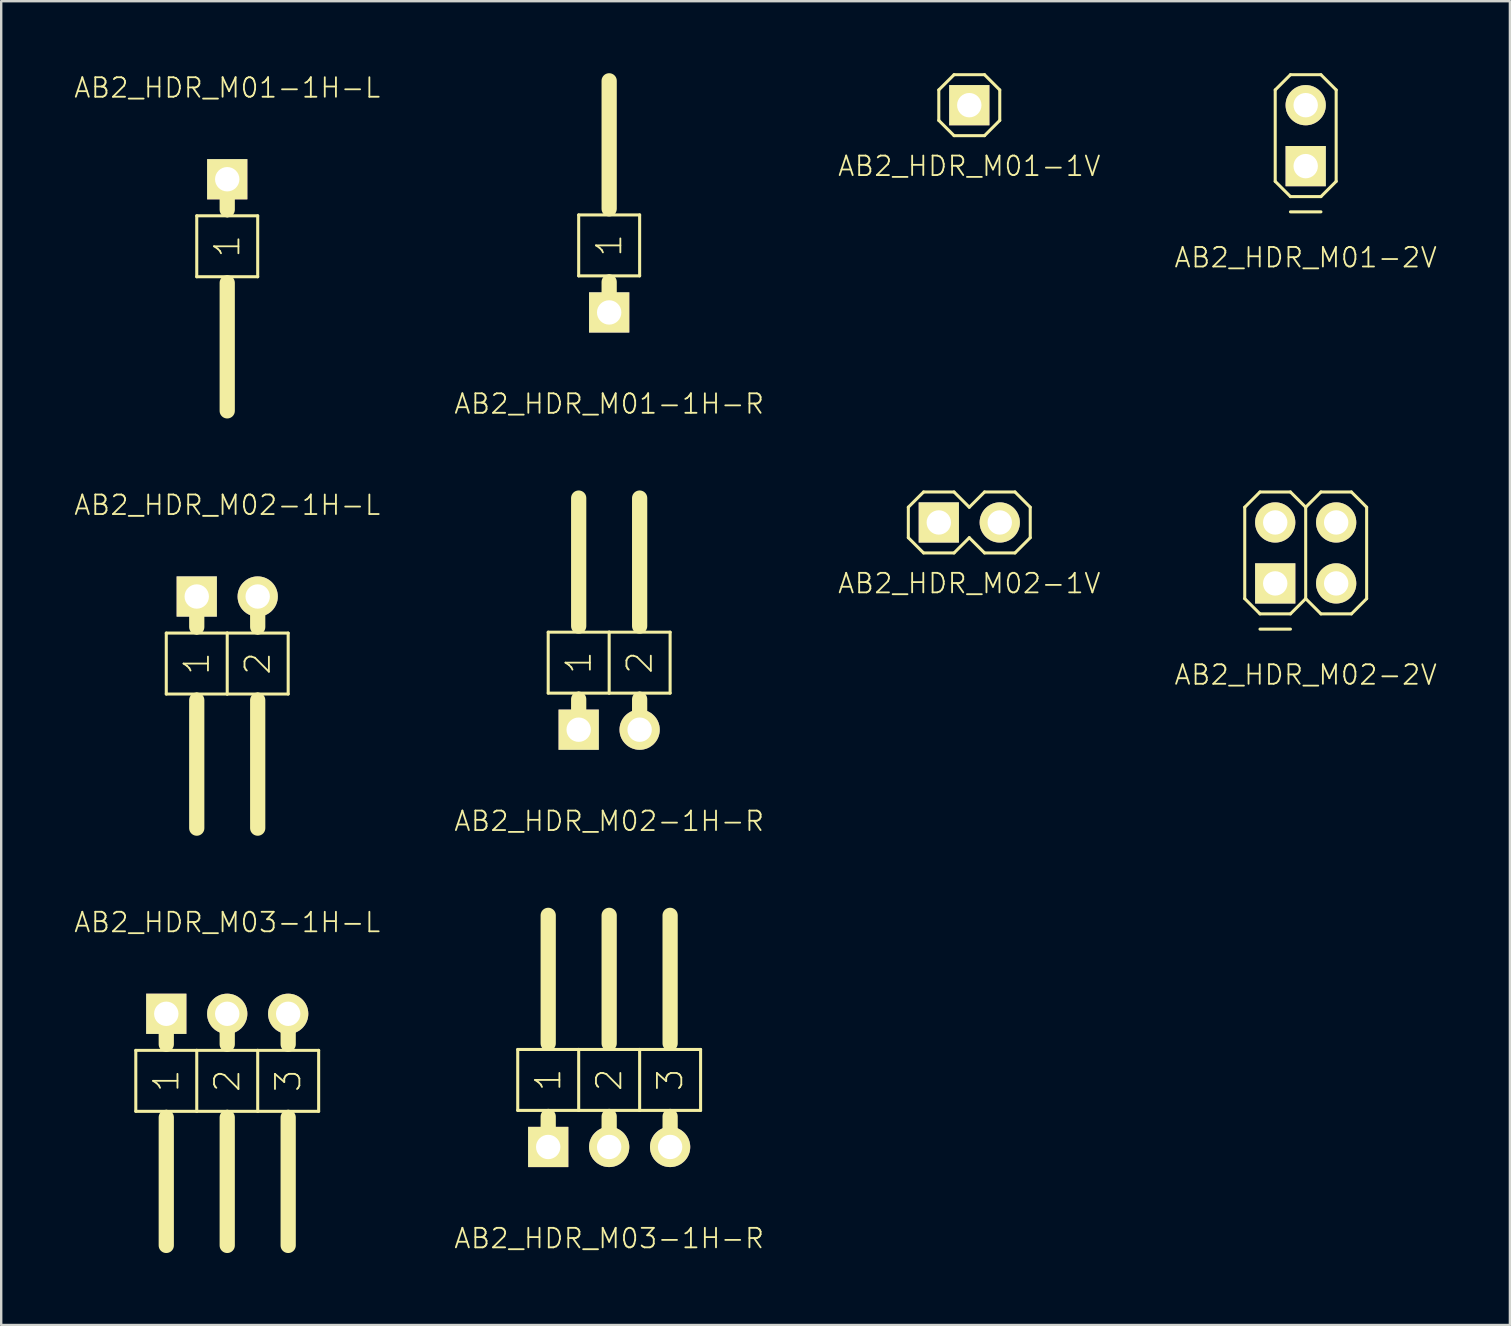
<source format=kicad_pcb>
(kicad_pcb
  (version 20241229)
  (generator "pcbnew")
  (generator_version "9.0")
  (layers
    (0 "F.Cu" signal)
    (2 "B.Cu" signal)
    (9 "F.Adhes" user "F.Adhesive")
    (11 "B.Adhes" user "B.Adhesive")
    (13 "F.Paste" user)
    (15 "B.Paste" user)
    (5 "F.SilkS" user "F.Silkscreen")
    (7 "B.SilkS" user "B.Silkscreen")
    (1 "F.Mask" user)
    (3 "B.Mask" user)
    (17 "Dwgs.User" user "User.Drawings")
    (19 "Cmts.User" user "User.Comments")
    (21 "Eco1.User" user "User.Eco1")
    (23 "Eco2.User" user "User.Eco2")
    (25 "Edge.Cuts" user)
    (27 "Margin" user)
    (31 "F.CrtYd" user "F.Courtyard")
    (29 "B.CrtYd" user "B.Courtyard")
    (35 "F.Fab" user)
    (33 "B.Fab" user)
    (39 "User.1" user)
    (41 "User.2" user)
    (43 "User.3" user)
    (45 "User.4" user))
  (footprint "AB2_HDR_M02-1V"
    (layer "F.Cu")
    (at 37.342 18.722)
    (property "Reference" "AB2_HDR_M02-1V" (at 0 2.54 0) (layer "F.SilkS") (effects (font (size 0.813 0.813) (thickness 0.076))))
    (attr through_hole)
    (fp_line (start -2.54 -0.635) (end -1.905 -1.27) (stroke (width 0.127) (type solid)) (layer "F.SilkS"))
    (fp_line (start -2.54 0.635) (end -2.54 -0.635) (stroke (width 0.127) (type solid)) (layer "F.SilkS"))
    (fp_line (start -1.905 -1.27) (end -0.635 -1.27) (stroke (width 0.127) (type solid)) (layer "F.SilkS"))
    (fp_line (start -1.905 1.27) (end -2.54 0.635) (stroke (width 0.127) (type solid)) (layer "F.SilkS"))
    (fp_line (start -0.635 -1.27) (end 0 -0.635) (stroke (width 0.127) (type solid)) (layer "F.SilkS"))
    (fp_line (start -0.635 1.27) (end -1.905 1.27) (stroke (width 0.127) (type solid)) (layer "F.SilkS"))
    (fp_line (start 0 -0.635) (end 0.635 -1.27) (stroke (width 0.127) (type solid)) (layer "F.SilkS"))
    (fp_line (start 0 0.635) (end -0.635 1.27) (stroke (width 0.127) (type solid)) (layer "F.SilkS"))
    (fp_line (start 0.635 -1.27) (end 1.905 -1.27) (stroke (width 0.127) (type solid)) (layer "F.SilkS"))
    (fp_line (start 0.635 1.27) (end 0 0.635) (stroke (width 0.127) (type solid)) (layer "F.SilkS"))
    (fp_line (start 1.905 -1.27) (end 2.54 -0.635) (stroke (width 0.127) (type solid)) (layer "F.SilkS"))
    (fp_line (start 1.905 1.27) (end 0.635 1.27) (stroke (width 0.127) (type solid)) (layer "F.SilkS"))
    (fp_line (start 2.54 -0.635) (end 2.54 0.635) (stroke (width 0.127) (type solid)) (layer "F.SilkS"))
    (fp_line (start 2.54 0.635) (end 1.905 1.27) (stroke (width 0.127) (type solid)) (layer "F.SilkS"))
    (pad "1" thru_hole rect (at -1.27 0) (size 1.676 1.676) (drill 1.016) (layers "*.Cu" "*.Mask" "F.SilkS"))
    (pad "2" thru_hole circle (at 1.27 0) (size 1.676 1.676) (drill 1.016) (layers "*.Cu" "*.Mask" "F.SilkS")))
  (footprint "AB2_HDR_M01-1H-L"
    (layer "F.Cu")
    (at 6.419 4.419)
    (property "Reference" "AB2_HDR_M01-1H-L" (at 0 -3.81 0) (layer "F.SilkS") (effects (font (size 0.813 0.813) (thickness 0.076))))
    (attr through_hole)
    (fp_line (start -1.27 1.524) (end -1.27 4.064) (stroke (width 0.127) (type solid)) (layer "F.SilkS"))
    (fp_line (start -1.27 4.064) (end 0 4.064) (stroke (width 0.127) (type solid)) (layer "F.SilkS"))
    (fp_line (start 0 0) (end 0 1.27) (stroke (width 0.635) (type solid)) (layer "F.SilkS"))
    (fp_line (start 0 1.524) (end -1.27 1.524) (stroke (width 0.127) (type solid)) (layer "F.SilkS"))
    (fp_line (start 0 4.064) (end 1.27 4.064) (stroke (width 0.127) (type solid)) (layer "F.SilkS"))
    (fp_line (start 0 4.318) (end 0 9.652) (stroke (width 0.635) (type solid)) (layer "F.SilkS"))
    (fp_line (start 1.27 1.524) (end 0 1.524) (stroke (width 0.127) (type solid)) (layer "F.SilkS"))
    (fp_line (start 1.27 4.064) (end 1.27 1.524) (stroke (width 0.127) (type solid)) (layer "F.SilkS"))
    (fp_text user "1" (at 0 2.794 90) (layer "F.SilkS") (effects (font (size 1.016 1.016) (thickness 0.076))))
    (pad "1" thru_hole rect (at 0 0) (size 1.676 1.676) (drill 1.016) (layers "*.Cu" "*.Mask" "F.SilkS")))
  (footprint "AB2_HDR_M01-2V"
    (layer "F.Cu")
    (at 51.361 2.603)
    (property "Reference" "AB2_HDR_M01-2V" (at 0 5.08 0) (layer "F.SilkS") (effects (font (size 0.813 0.813) (thickness 0.076))))
    (attr through_hole)
    (fp_line (start -1.27 -1.905) (end -0.635 -2.54) (stroke (width 0.127) (type solid)) (layer "F.SilkS"))
    (fp_line (start -1.27 1.905) (end -1.27 -1.905) (stroke (width 0.127) (type solid)) (layer "F.SilkS"))
    (fp_line (start -0.635 -2.54) (end 0.635 -2.54) (stroke (width 0.127) (type solid)) (layer "F.SilkS"))
    (fp_line (start -0.635 2.54) (end -1.27 1.905) (stroke (width 0.127) (type solid)) (layer "F.SilkS"))
    (fp_line (start -0.635 3.175) (end 0.635 3.175) (stroke (width 0.127) (type solid)) (layer "F.SilkS"))
    (fp_line (start 0.635 -2.54) (end 1.27 -1.905) (stroke (width 0.127) (type solid)) (layer "F.SilkS"))
    (fp_line (start 0.635 2.54) (end -0.635 2.54) (stroke (width 0.127) (type solid)) (layer "F.SilkS"))
    (fp_line (start 1.27 -1.905) (end 1.27 1.905) (stroke (width 0.127) (type solid)) (layer "F.SilkS"))
    (fp_line (start 1.27 1.905) (end 0.635 2.54) (stroke (width 0.127) (type solid)) (layer "F.SilkS"))
    (pad "1" thru_hole rect (at 0 1.27) (size 1.676 1.676) (drill 1.016) (layers "*.Cu" "*.Mask" "F.SilkS"))
    (pad "2" thru_hole circle (at 0 -1.27) (size 1.676 1.676) (drill 1.016) (layers "*.Cu" "*.Mask" "F.SilkS")))
  (footprint "AB2_HDR_M03-1H-R"
    (layer "F.Cu")
    (at 22.335 44.747)
    (property "Reference" "AB2_HDR_M03-1H-R" (at 0 3.81 0) (layer "F.SilkS") (effects (font (size 0.813 0.813) (thickness 0.076))))
    (attr through_hole)
    (fp_line (start -3.81 -4.064) (end -3.81 -1.524) (stroke (width 0.127) (type solid)) (layer "F.SilkS"))
    (fp_line (start -3.81 -1.524) (end -2.54 -1.524) (stroke (width 0.127) (type solid)) (layer "F.SilkS"))
    (fp_line (start -2.54 -4.318) (end -2.54 -9.652) (stroke (width 0.635) (type solid)) (layer "F.SilkS"))
    (fp_line (start -2.54 -1.524) (end -1.27 -1.524) (stroke (width 0.127) (type solid)) (layer "F.SilkS"))
    (fp_line (start -2.54 -1.27) (end -2.54 0) (stroke (width 0.635) (type solid)) (layer "F.SilkS"))
    (fp_line (start -1.27 -4.064) (end -3.81 -4.064) (stroke (width 0.127) (type solid)) (layer "F.SilkS"))
    (fp_line (start -1.27 -1.524) (end -1.27 -4.064) (stroke (width 0.127) (type solid)) (layer "F.SilkS"))
    (fp_line (start -1.27 -1.524) (end 0 -1.524) (stroke (width 0.127) (type solid)) (layer "F.SilkS"))
    (fp_line (start 0 -4.318) (end 0 -9.652) (stroke (width 0.635) (type solid)) (layer "F.SilkS"))
    (fp_line (start 0 -1.524) (end 1.27 -1.524) (stroke (width 0.127) (type solid)) (layer "F.SilkS"))
    (fp_line (start 0 -1.27) (end 0 0) (stroke (width 0.635) (type solid)) (layer "F.SilkS"))
    (fp_line (start 1.27 -4.064) (end -1.27 -4.064) (stroke (width 0.127) (type solid)) (layer "F.SilkS"))
    (fp_line (start 1.27 -1.524) (end 1.27 -4.064) (stroke (width 0.127) (type solid)) (layer "F.SilkS"))
    (fp_line (start 1.27 -1.524) (end 2.54 -1.524) (stroke (width 0.127) (type solid)) (layer "F.SilkS"))
    (fp_line (start 2.54 -4.318) (end 2.54 -9.652) (stroke (width 0.635) (type solid)) (layer "F.SilkS"))
    (fp_line (start 2.54 -1.524) (end 3.81 -1.524) (stroke (width 0.127) (type solid)) (layer "F.SilkS"))
    (fp_line (start 2.54 -1.27) (end 2.54 0) (stroke (width 0.635) (type solid)) (layer "F.SilkS"))
    (fp_line (start 3.81 -4.064) (end 1.27 -4.064) (stroke (width 0.127) (type solid)) (layer "F.SilkS"))
    (fp_line (start 3.81 -1.524) (end 3.81 -4.064) (stroke (width 0.127) (type solid)) (layer "F.SilkS"))
    (fp_text user "1" (at -2.54 -2.794 270) (layer "F.SilkS") (effects (font (size 1.016 1.016) (thickness 0.076))))
    (fp_text user "3" (at 2.54 -2.794 90) (layer "F.SilkS") (effects (font (size 1.016 1.016) (thickness 0.076))))
    (fp_text user "2" (at 0 -2.794 90) (layer "F.SilkS") (effects (font (size 1.016 1.016) (thickness 0.076))))
    (pad "1" thru_hole rect (at -2.54 0) (size 1.676 1.676) (drill 1.016) (layers "*.Cu" "*.Mask" "F.SilkS"))
    (pad "2" thru_hole circle (at 0 0) (size 1.676 1.676) (drill 1.016) (layers "*.Cu" "*.Mask" "F.SilkS"))
    (pad "3" thru_hole circle (at 2.54 0) (size 1.676 1.676) (drill 1.016) (layers "*.Cu" "*.Mask" "F.SilkS")))
  (footprint "AB2_HDR_M02-2V"
    (layer "F.Cu")
    (at 51.361 19.992)
    (property "Reference" "AB2_HDR_M02-2V" (at 0 5.08 0) (layer "F.SilkS") (effects (font (size 0.813 0.813) (thickness 0.076))))
    (attr through_hole)
    (fp_line (start -2.54 -1.905) (end -1.905 -2.54) (stroke (width 0.127) (type solid)) (layer "F.SilkS"))
    (fp_line (start -2.54 1.905) (end -2.54 -1.905) (stroke (width 0.127) (type solid)) (layer "F.SilkS"))
    (fp_line (start -1.905 -2.54) (end -0.635 -2.54) (stroke (width 0.127) (type solid)) (layer "F.SilkS"))
    (fp_line (start -1.905 2.54) (end -2.54 1.905) (stroke (width 0.127) (type solid)) (layer "F.SilkS"))
    (fp_line (start -1.905 3.175) (end -0.635 3.175) (stroke (width 0.127) (type solid)) (layer "F.SilkS"))
    (fp_line (start -0.635 -2.54) (end 0 -1.905) (stroke (width 0.127) (type solid)) (layer "F.SilkS"))
    (fp_line (start -0.635 2.54) (end -1.905 2.54) (stroke (width 0.127) (type solid)) (layer "F.SilkS"))
    (fp_line (start 0 -1.905) (end 0 1.905) (stroke (width 0.127) (type solid)) (layer "F.SilkS"))
    (fp_line (start 0 -1.905) (end 0.635 -2.54) (stroke (width 0.127) (type solid)) (layer "F.SilkS"))
    (fp_line (start 0 1.905) (end -0.635 2.54) (stroke (width 0.127) (type solid)) (layer "F.SilkS"))
    (fp_line (start 0.635 -2.54) (end 1.905 -2.54) (stroke (width 0.127) (type solid)) (layer "F.SilkS"))
    (fp_line (start 0.635 2.54) (end 0 1.905) (stroke (width 0.127) (type solid)) (layer "F.SilkS"))
    (fp_line (start 1.905 -2.54) (end 2.54 -1.905) (stroke (width 0.127) (type solid)) (layer "F.SilkS"))
    (fp_line (start 1.905 2.54) (end 0.635 2.54) (stroke (width 0.127) (type solid)) (layer "F.SilkS"))
    (fp_line (start 2.54 -1.905) (end 2.54 1.905) (stroke (width 0.127) (type solid)) (layer "F.SilkS"))
    (fp_line (start 2.54 1.905) (end 1.905 2.54) (stroke (width 0.127) (type solid)) (layer "F.SilkS"))
    (pad "1" thru_hole rect (at -1.27 1.27) (size 1.676 1.676) (drill 1.016) (layers "*.Cu" "*.Mask" "F.SilkS"))
    (pad "2" thru_hole circle (at -1.27 -1.27) (size 1.676 1.676) (drill 1.016) (layers "*.Cu" "*.Mask" "F.SilkS"))
    (pad "3" thru_hole circle (at 1.27 1.27) (size 1.676 1.676) (drill 1.016) (layers "*.Cu" "*.Mask" "F.SilkS"))
    (pad "4" thru_hole circle (at 1.27 -1.27) (size 1.676 1.676) (drill 1.016) (layers "*.Cu" "*.Mask" "F.SilkS")))
  (footprint "AB2_HDR_M01-1V"
    (layer "F.Cu")
    (at 37.342 1.333)
    (property "Reference" "AB2_HDR_M01-1V" (at 0 2.54 0) (layer "F.SilkS") (effects (font (size 0.813 0.813) (thickness 0.076))))
    (attr through_hole)
    (fp_line (start -1.27 -0.635) (end -0.635 -1.27) (stroke (width 0.127) (type solid)) (layer "F.SilkS"))
    (fp_line (start -1.27 0.635) (end -1.27 -0.635) (stroke (width 0.127) (type solid)) (layer "F.SilkS"))
    (fp_line (start -0.635 -1.27) (end 0.635 -1.27) (stroke (width 0.127) (type solid)) (layer "F.SilkS"))
    (fp_line (start -0.635 1.27) (end -1.27 0.635) (stroke (width 0.127) (type solid)) (layer "F.SilkS"))
    (fp_line (start 0.635 -1.27) (end 1.27 -0.635) (stroke (width 0.127) (type solid)) (layer "F.SilkS"))
    (fp_line (start 0.635 1.27) (end -0.635 1.27) (stroke (width 0.127) (type solid)) (layer "F.SilkS"))
    (fp_line (start 1.27 -0.635) (end 1.27 0.635) (stroke (width 0.127) (type solid)) (layer "F.SilkS"))
    (fp_line (start 1.27 0.635) (end 0.635 1.27) (stroke (width 0.127) (type solid)) (layer "F.SilkS"))
    (pad "1" thru_hole rect (at 0 0) (size 1.676 1.676) (drill 1.016) (layers "*.Cu" "*.Mask" "F.SilkS")))
  (footprint "AB2_HDR_M02-1H-L"
    (layer "F.Cu")
    (at 6.419 21.808)
    (property "Reference" "AB2_HDR_M02-1H-L" (at 0 -3.81 0) (layer "F.SilkS") (effects (font (size 0.813 0.813) (thickness 0.076))))
    (attr through_hole)
    (fp_line (start -2.54 1.524) (end -2.54 4.064) (stroke (width 0.127) (type solid)) (layer "F.SilkS"))
    (fp_line (start -2.54 4.064) (end -1.27 4.064) (stroke (width 0.127) (type solid)) (layer "F.SilkS"))
    (fp_line (start -1.27 0) (end -1.27 1.27) (stroke (width 0.635) (type solid)) (layer "F.SilkS"))
    (fp_line (start -1.27 1.524) (end -2.54 1.524) (stroke (width 0.127) (type solid)) (layer "F.SilkS"))
    (fp_line (start -1.27 4.064) (end 0 4.064) (stroke (width 0.127) (type solid)) (layer "F.SilkS"))
    (fp_line (start -1.27 4.318) (end -1.27 9.652) (stroke (width 0.635) (type solid)) (layer "F.SilkS"))
    (fp_line (start 0 1.524) (end -1.27 1.524) (stroke (width 0.127) (type solid)) (layer "F.SilkS"))
    (fp_line (start 0 4.064) (end 0 1.524) (stroke (width 0.127) (type solid)) (layer "F.SilkS"))
    (fp_line (start 0 4.064) (end 1.27 4.064) (stroke (width 0.127) (type solid)) (layer "F.SilkS"))
    (fp_line (start 1.27 0) (end 1.27 1.27) (stroke (width 0.635) (type solid)) (layer "F.SilkS"))
    (fp_line (start 1.27 1.524) (end 0 1.524) (stroke (width 0.127) (type solid)) (layer "F.SilkS"))
    (fp_line (start 1.27 4.064) (end 2.54 4.064) (stroke (width 0.127) (type solid)) (layer "F.SilkS"))
    (fp_line (start 1.27 4.318) (end 1.27 9.652) (stroke (width 0.635) (type solid)) (layer "F.SilkS"))
    (fp_line (start 2.54 1.524) (end 1.27 1.524) (stroke (width 0.127) (type solid)) (layer "F.SilkS"))
    (fp_line (start 2.54 4.064) (end 2.54 1.524) (stroke (width 0.127) (type solid)) (layer "F.SilkS"))
    (fp_text user "1" (at -1.27 2.794 90) (layer "F.SilkS") (effects (font (size 1.016 1.016) (thickness 0.076))))
    (fp_text user "2" (at 1.27 2.794 90) (layer "F.SilkS") (effects (font (size 1.016 1.016) (thickness 0.076))))
    (pad "1" thru_hole rect (at -1.27 0) (size 1.676 1.676) (drill 1.016) (layers "*.Cu" "*.Mask" "F.SilkS"))
    (pad "2" thru_hole circle (at 1.27 0) (size 1.676 1.676) (drill 1.016) (layers "*.Cu" "*.Mask" "F.SilkS")))
  (footprint "AB2_HDR_M03-1H-L"
    (layer "F.Cu")
    (at 6.419 39.197)
    (property "Reference" "AB2_HDR_M03-1H-L" (at 0 -3.81 0) (layer "F.SilkS") (effects (font (size 0.813 0.813) (thickness 0.076))))
    (attr through_hole)
    (fp_line (start -3.81 1.524) (end -3.81 4.064) (stroke (width 0.127) (type solid)) (layer "F.SilkS"))
    (fp_line (start -3.81 4.064) (end -2.54 4.064) (stroke (width 0.127) (type solid)) (layer "F.SilkS"))
    (fp_line (start -2.54 0) (end -2.54 1.27) (stroke (width 0.635) (type solid)) (layer "F.SilkS"))
    (fp_line (start -2.54 1.524) (end -3.81 1.524) (stroke (width 0.127) (type solid)) (layer "F.SilkS"))
    (fp_line (start -2.54 4.064) (end -1.27 4.064) (stroke (width 0.127) (type solid)) (layer "F.SilkS"))
    (fp_line (start -2.54 4.318) (end -2.54 9.652) (stroke (width 0.635) (type solid)) (layer "F.SilkS"))
    (fp_line (start -1.27 1.524) (end -2.54 1.524) (stroke (width 0.127) (type solid)) (layer "F.SilkS"))
    (fp_line (start -1.27 4.064) (end -1.27 1.524) (stroke (width 0.127) (type solid)) (layer "F.SilkS"))
    (fp_line (start -1.27 4.064) (end 0 4.064) (stroke (width 0.127) (type solid)) (layer "F.SilkS"))
    (fp_line (start 0 0) (end 0 1.27) (stroke (width 0.635) (type solid)) (layer "F.SilkS"))
    (fp_line (start 0 1.524) (end -1.27 1.524) (stroke (width 0.127) (type solid)) (layer "F.SilkS"))
    (fp_line (start 0 4.064) (end 1.27 4.064) (stroke (width 0.127) (type solid)) (layer "F.SilkS"))
    (fp_line (start 0 4.318) (end 0 9.652) (stroke (width 0.635) (type solid)) (layer "F.SilkS"))
    (fp_line (start 1.27 1.524) (end 0 1.524) (stroke (width 0.127) (type solid)) (layer "F.SilkS"))
    (fp_line (start 1.27 4.064) (end 1.27 1.524) (stroke (width 0.127) (type solid)) (layer "F.SilkS"))
    (fp_line (start 1.27 4.064) (end 2.54 4.064) (stroke (width 0.127) (type solid)) (layer "F.SilkS"))
    (fp_line (start 2.54 0) (end 2.54 1.27) (stroke (width 0.635) (type solid)) (layer "F.SilkS"))
    (fp_line (start 2.54 1.524) (end 1.27 1.524) (stroke (width 0.127) (type solid)) (layer "F.SilkS"))
    (fp_line (start 2.54 4.064) (end 3.81 4.064) (stroke (width 0.127) (type solid)) (layer "F.SilkS"))
    (fp_line (start 2.54 4.318) (end 2.54 9.652) (stroke (width 0.635) (type solid)) (layer "F.SilkS"))
    (fp_line (start 3.81 1.524) (end 2.54 1.524) (stroke (width 0.127) (type solid)) (layer "F.SilkS"))
    (fp_line (start 3.81 4.064) (end 3.81 1.524) (stroke (width 0.127) (type solid)) (layer "F.SilkS"))
    (fp_text user "2" (at 0 2.794 90) (layer "F.SilkS") (effects (font (size 1.016 1.016) (thickness 0.076))))
    (fp_text user "1" (at -2.54 2.794 90) (layer "F.SilkS") (effects (font (size 1.016 1.016) (thickness 0.076))))
    (fp_text user "3" (at 2.54 2.794 90) (layer "F.SilkS") (effects (font (size 1.016 1.016) (thickness 0.076))))
    (pad "1" thru_hole rect (at -2.54 0) (size 1.676 1.676) (drill 1.016) (layers "*.Cu" "*.Mask" "F.SilkS"))
    (pad "2" thru_hole circle (at 0 0) (size 1.676 1.676) (drill 1.016) (layers "*.Cu" "*.Mask" "F.SilkS"))
    (pad "3" thru_hole circle (at 2.54 0) (size 1.676 1.676) (drill 1.016) (layers "*.Cu" "*.Mask" "F.SilkS")))
  (footprint "AB2_HDR_M02-1H-R"
    (layer "F.Cu")
    (at 22.335 27.358)
    (property "Reference" "AB2_HDR_M02-1H-R" (at 0 3.81 0) (layer "F.SilkS") (effects (font (size 0.813 0.813) (thickness 0.076))))
    (attr through_hole)
    (fp_line (start -2.54 -4.064) (end -2.54 -1.524) (stroke (width 0.127) (type solid)) (layer "F.SilkS"))
    (fp_line (start -2.54 -1.524) (end -1.27 -1.524) (stroke (width 0.127) (type solid)) (layer "F.SilkS"))
    (fp_line (start -1.27 -4.318) (end -1.27 -9.652) (stroke (width 0.635) (type solid)) (layer "F.SilkS"))
    (fp_line (start -1.27 -1.524) (end 0 -1.524) (stroke (width 0.127) (type solid)) (layer "F.SilkS"))
    (fp_line (start -1.27 -1.27) (end -1.27 0) (stroke (width 0.635) (type solid)) (layer "F.SilkS"))
    (fp_line (start 0 -4.064) (end -2.54 -4.064) (stroke (width 0.127) (type solid)) (layer "F.SilkS"))
    (fp_line (start 0 -1.524) (end 0 -4.064) (stroke (width 0.127) (type solid)) (layer "F.SilkS"))
    (fp_line (start 0 -1.524) (end 1.27 -1.524) (stroke (width 0.127) (type solid)) (layer "F.SilkS"))
    (fp_line (start 1.27 -4.318) (end 1.27 -9.652) (stroke (width 0.635) (type solid)) (layer "F.SilkS"))
    (fp_line (start 1.27 -1.524) (end 2.54 -1.524) (stroke (width 0.127) (type solid)) (layer "F.SilkS"))
    (fp_line (start 1.27 -1.27) (end 1.27 0) (stroke (width 0.635) (type solid)) (layer "F.SilkS"))
    (fp_line (start 2.54 -4.064) (end 0 -4.064) (stroke (width 0.127) (type solid)) (layer "F.SilkS"))
    (fp_line (start 2.54 -1.524) (end 2.54 -4.064) (stroke (width 0.127) (type solid)) (layer "F.SilkS"))
    (fp_text user "2" (at 1.27 -2.794 90) (layer "F.SilkS") (effects (font (size 1.016 1.016) (thickness 0.076))))
    (fp_text user "1" (at -1.27 -2.794 270) (layer "F.SilkS") (effects (font (size 1.016 1.016) (thickness 0.076))))
    (pad "1" thru_hole rect (at -1.27 0) (size 1.676 1.676) (drill 1.016) (layers "*.Cu" "*.Mask" "F.SilkS"))
    (pad "2" thru_hole circle (at 1.27 0) (size 1.676 1.676) (drill 1.016) (layers "*.Cu" "*.Mask" "F.SilkS")))
  (footprint "AB2_HDR_M01-1H-R"
    (layer "F.Cu")
    (at 22.335 9.97)
    (property "Reference" "AB2_HDR_M01-1H-R" (at 0 3.81 0) (layer "F.SilkS") (effects (font (size 0.813 0.813) (thickness 0.076))))
    (attr through_hole)
    (fp_line (start -1.27 -4.064) (end -1.27 -1.524) (stroke (width 0.127) (type solid)) (layer "F.SilkS"))
    (fp_line (start -1.27 -1.524) (end 0 -1.524) (stroke (width 0.127) (type solid)) (layer "F.SilkS"))
    (fp_line (start 0 -4.318) (end 0 -9.652) (stroke (width 0.635) (type solid)) (layer "F.SilkS"))
    (fp_line (start 0 -1.524) (end 1.27 -1.524) (stroke (width 0.127) (type solid)) (layer "F.SilkS"))
    (fp_line (start 0 -1.27) (end 0 0) (stroke (width 0.635) (type solid)) (layer "F.SilkS"))
    (fp_line (start 1.27 -4.064) (end -1.27 -4.064) (stroke (width 0.127) (type solid)) (layer "F.SilkS"))
    (fp_line (start 1.27 -1.524) (end 1.27 -4.064) (stroke (width 0.127) (type solid)) (layer "F.SilkS"))
    (fp_text user "1" (at 0 -2.794 270) (layer "F.SilkS") (effects (font (size 1.016 1.016) (thickness 0.076))))
    (pad "1" thru_hole rect (at 0 0) (size 1.676 1.676) (drill 1.016) (layers "*.Cu" "*.Mask" "F.SilkS")))
  (gr_rect
    (start -3 -3)
    (end 59.871 52.166)
    (stroke (width 0.1) (type default))
    (fill no)
    (layer "Edge.Cuts")))
</source>
